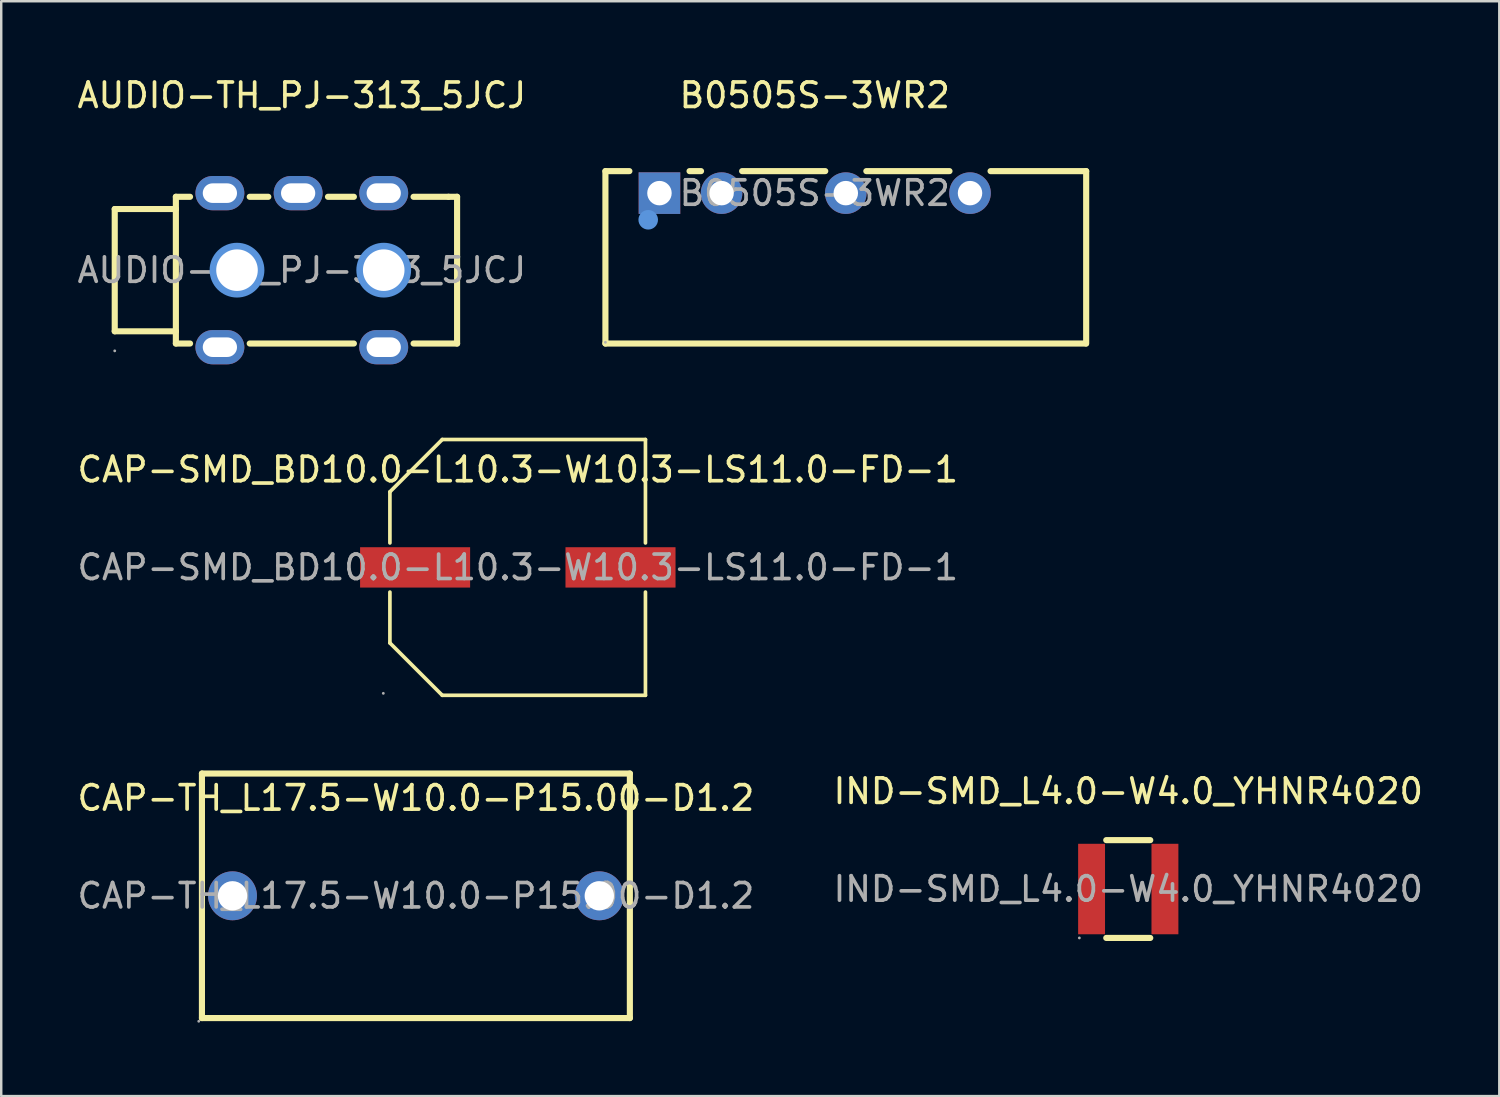
<source format=kicad_pcb>
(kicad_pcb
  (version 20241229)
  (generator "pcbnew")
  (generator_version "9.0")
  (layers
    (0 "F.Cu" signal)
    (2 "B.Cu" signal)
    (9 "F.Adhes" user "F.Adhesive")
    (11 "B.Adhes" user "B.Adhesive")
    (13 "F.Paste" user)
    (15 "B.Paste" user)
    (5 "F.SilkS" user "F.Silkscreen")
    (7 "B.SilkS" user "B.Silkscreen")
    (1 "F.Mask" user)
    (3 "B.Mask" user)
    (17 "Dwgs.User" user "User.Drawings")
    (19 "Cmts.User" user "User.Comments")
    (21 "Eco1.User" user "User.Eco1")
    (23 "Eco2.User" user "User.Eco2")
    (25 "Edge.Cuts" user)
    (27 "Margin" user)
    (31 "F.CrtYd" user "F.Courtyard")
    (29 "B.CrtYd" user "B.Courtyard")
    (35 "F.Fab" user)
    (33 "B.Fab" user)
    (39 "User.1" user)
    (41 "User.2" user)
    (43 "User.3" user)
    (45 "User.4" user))
  (footprint "CAP-SMD_BD10.0-L10.3-W10.3-LS11.0-FD-1"
    (layer "F.Cu")
    (at 18.125 20.153)
    (property "Reference" "CAP-SMD_BD10.0-L10.3-W10.3-LS11.0-FD-1" (at 0 -4 0) (layer "F.SilkS") (effects (font (size 1 1) (thickness 0.15))))
    (attr smd)
    (fp_line (start -5.23 -3.09) (end -5.23 -1) (stroke (width 0.15) (type solid)) (layer "F.SilkS"))
    (fp_line (start -5.23 1.01) (end -5.23 3.09) (stroke (width 0.15) (type solid)) (layer "F.SilkS"))
    (fp_line (start -3.09 -5.23) (end -5.23 -3.09) (stroke (width 0.15) (type solid)) (layer "F.SilkS"))
    (fp_line (start -3.09 5.23) (end -5.23 3.09) (stroke (width 0.15) (type solid)) (layer "F.SilkS"))
    (fp_line (start 5.22 -5.23) (end -3.09 -5.23) (stroke (width 0.15) (type solid)) (layer "F.SilkS"))
    (fp_line (start 5.22 -5.23) (end 5.22 -1) (stroke (width 0.15) (type solid)) (layer "F.SilkS"))
    (fp_line (start 5.22 1.01) (end 5.22 5.23) (stroke (width 0.15) (type solid)) (layer "F.SilkS"))
    (fp_line (start 5.22 5.23) (end -3.09 5.23) (stroke (width 0.15) (type solid)) (layer "F.SilkS"))
    (fp_circle (center -5.5 5.15) (end -5.47 5.15) (stroke (width 0.06) (type solid)) (fill no) (layer "F.Fab"))
    (fp_text user "${REFERENCE}" (at 0 0 0) (layer "F.Fab") (effects (font (size 1 1) (thickness 0.15))))
    (pad "1" smd rect (at -4.2 0) (size 4.5 1.65) (layers "F.Cu" "F.Mask" "F.Paste"))
    (pad "2" smd rect (at 4.2 0) (size 4.5 1.65) (layers "F.Cu" "F.Mask" "F.Paste")))
  (footprint "IND-SMD_L4.0-W4.0_YHNR4020"
    (layer "F.Cu")
    (at 43.089 33.306)
    (property "Reference" "IND-SMD_L4.0-W4.0_YHNR4020" (at 0 -4 0) (layer "F.SilkS") (effects (font (size 1 1) (thickness 0.15))))
    (attr smd)
    (fp_line (start -0.9 -2) (end 0.9 -2) (stroke (width 0.25) (type solid)) (layer "F.SilkS"))
    (fp_line (start -0.9 2) (end 0.9 2) (stroke (width 0.25) (type solid)) (layer "F.SilkS"))
    (fp_circle (center -2 2) (end -1.97 2) (stroke (width 0.06) (type solid)) (fill no) (layer "F.Fab"))
    (fp_text user "${REFERENCE}" (at 0 0 0) (layer "F.Fab") (effects (font (size 1 1) (thickness 0.15))))
    (pad "1" smd rect (at -1.5 0 90) (size 3.7 1.1) (layers "F.Cu" "F.Mask" "F.Paste"))
    (pad "2" smd rect (at 1.5 0 90) (size 3.7 1.1) (layers "F.Cu" "F.Mask" "F.Paste")))
  (footprint "B0505S-3WR2"
    (layer "F.Cu")
    (at 30.268 4.848)
    (property "Reference" "B0505S-3WR2" (at 0 -4 0) (layer "F.SilkS") (effects (font (size 1 1) (thickness 0.15))))
    (attr through_hole)
    (fp_line (start -8.56 -0.9) (end -8.56 6.15) (stroke (width 0.25) (type solid)) (layer "F.SilkS"))
    (fp_line (start -8.56 -0.9) (end -7.58 -0.9) (stroke (width 0.25) (type solid)) (layer "F.SilkS"))
    (fp_line (start -5.12 -0.9) (end -4.65 -0.9) (stroke (width 0.25) (type solid)) (layer "F.SilkS"))
    (fp_line (start -2.97 -0.9) (end 0.43 -0.9) (stroke (width 0.25) (type solid)) (layer "F.SilkS"))
    (fp_line (start 2.11 -0.9) (end 5.51 -0.9) (stroke (width 0.25) (type solid)) (layer "F.SilkS"))
    (fp_line (start 7.19 -0.9) (end 11.1 -0.9) (stroke (width 0.25) (type solid)) (layer "F.SilkS"))
    (fp_line (start 11.09 6.15) (end -8.56 6.15) (stroke (width 0.25) (type solid)) (layer "F.SilkS"))
    (fp_line (start 11.1 6.15) (end 11.1 -0.9) (stroke (width 0.25) (type solid)) (layer "F.SilkS"))
    (fp_circle (center -6.81 1.09) (end -6.61 1.09) (stroke (width 0.4) (type solid)) (fill no) (layer "Cmts.User"))
    (fp_circle (center -8.56 6.1) (end -8.53 6.1) (stroke (width 0.06) (type solid)) (fill no) (layer "F.Fab"))
    (fp_text user "${REFERENCE}" (at 0 0 0) (layer "F.Fab") (effects (font (size 1 1) (thickness 0.15))))
    (pad "1" thru_hole rect (at -6.35 0) (size 1.7 1.7) (drill 1) (layers "*.Cu" "*.Mask"))
    (pad "2" thru_hole circle (at -3.81 0) (size 1.7 1.7) (drill 1) (layers "*.Cu" "*.Mask"))
    (pad "4" thru_hole circle (at 1.27 0) (size 1.7 1.7) (drill 1) (layers "*.Cu" "*.Mask"))
    (pad "6" thru_hole circle (at 6.35 0) (size 1.7 1.7) (drill 1) (layers "*.Cu" "*.Mask")))
  (footprint "AUDIO-TH_PJ-313_5JCJ"
    (layer "F.Cu")
    (at 9.292 7.998)
    (property "Reference" "AUDIO-TH_PJ-313_5JCJ" (at 0 -7.15 0) (layer "F.SilkS") (effects (font (size 1 1) (thickness 0.15))))
    (attr through_hole)
    (fp_line (start -7.65 -2.5) (end -7.65 2.5) (stroke (width 0.25) (type solid)) (layer "F.SilkS"))
    (fp_line (start -7.65 -2.5) (end -5.15 -2.5) (stroke (width 0.25) (type solid)) (layer "F.SilkS"))
    (fp_line (start -7.65 2.5) (end -5.15 2.5) (stroke (width 0.25) (type solid)) (layer "F.SilkS"))
    (fp_line (start -5.15 -3) (end -4.57 -3) (stroke (width 0.25) (type solid)) (layer "F.SilkS"))
    (fp_line (start -5.15 -2.5) (end -5.15 -2.49) (stroke (width 0.25) (type solid)) (layer "F.SilkS"))
    (fp_line (start -5.15 2.5) (end -5.15 -3) (stroke (width 0.25) (type solid)) (layer "F.SilkS"))
    (fp_line (start -5.15 3) (end -5.15 2.5) (stroke (width 0.25) (type solid)) (layer "F.SilkS"))
    (fp_line (start -4.57 3) (end -5.15 3) (stroke (width 0.25) (type solid)) (layer "F.SilkS"))
    (fp_line (start -2.13 -3) (end -1.37 -3) (stroke (width 0.25) (type solid)) (layer "F.SilkS"))
    (fp_line (start 1.07 -3) (end 2.13 -3) (stroke (width 0.25) (type solid)) (layer "F.SilkS"))
    (fp_line (start 2.13 3) (end -2.13 3) (stroke (width 0.25) (type solid)) (layer "F.SilkS"))
    (fp_line (start 4.57 -3) (end 6 -3) (stroke (width 0.25) (type solid)) (layer "F.SilkS"))
    (fp_line (start 6 -3) (end 6.35 -3) (stroke (width 0.25) (type solid)) (layer "F.SilkS"))
    (fp_line (start 6.35 -3) (end 6.35 3) (stroke (width 0.25) (type solid)) (layer "F.SilkS"))
    (fp_line (start 6.35 3) (end 4.57 3) (stroke (width 0.25) (type solid)) (layer "F.SilkS"))
    (fp_circle (center -2.65 0) (end -2.28 0) (stroke (width 0.75) (type solid)) (fill no) (layer "Cmts.User"))
    (fp_circle (center 3.35 0) (end 3.72 0) (stroke (width 0.75) (type solid)) (fill no) (layer "Cmts.User"))
    (fp_circle (center -7.65 3.3) (end -7.62 3.3) (stroke (width 0.06) (type solid)) (fill no) (layer "F.Fab"))
    (fp_text user "${REFERENCE}" (at 0 0 0) (layer "F.Fab") (effects (font (size 1 1) (thickness 0.15))))
    (pad "" thru_hole circle (at -2.65 0) (size 1.7 1.7) (drill 1.7) (layers "*.Cu" "*.Mask"))
    (pad "" thru_hole circle (at 3.35 0) (size 1.7 1.7) (drill 1.7) (layers "*.Cu" "*.Mask"))
    (pad "1" thru_hole oval (at -3.35 -3.15 90) (size 1.4 2) (drill oval 0.8 1.4) (layers "*.Cu" "*.Mask"))
    (pad "1" thru_hole oval (at -3.35 3.15 90) (size 1.4 2) (drill oval 0.8 1.4) (layers "*.Cu" "*.Mask"))
    (pad "2" thru_hole oval (at 3.35 -3.15 90) (size 1.4 2) (drill oval 0.8 1.4) (layers "*.Cu" "*.Mask"))
    (pad "2" thru_hole oval (at 3.35 3.15 90) (size 1.4 2) (drill oval 0.8 1.4) (layers "*.Cu" "*.Mask"))
    (pad "3" thru_hole oval (at -0.15 -3.15 90) (size 1.4 2) (drill oval 0.8 1.4) (layers "*.Cu" "*.Mask")))
  (footprint "CAP-TH_L17.5-W10.0-P15.00-D1.2"
    (layer "F.Cu")
    (at 13.958 33.583)
    (property "Reference" "CAP-TH_L17.5-W10.0-P15.00-D1.2" (at 0 -4 0) (layer "F.SilkS") (effects (font (size 1 1) (thickness 0.15))))
    (attr through_hole)
    (fp_line (start -8.75 -5) (end 8.75 -5) (stroke (width 0.25) (type solid)) (layer "F.SilkS"))
    (fp_line (start -8.75 5) (end -8.75 -5) (stroke (width 0.25) (type solid)) (layer "F.SilkS"))
    (fp_line (start 8.75 -5) (end 8.75 5) (stroke (width 0.25) (type solid)) (layer "F.SilkS"))
    (fp_line (start 8.75 5) (end -8.75 5) (stroke (width 0.25) (type solid)) (layer "F.SilkS"))
    (fp_circle (center -8.88 5.13) (end -8.85 5.13) (stroke (width 0.06) (type solid)) (fill no) (layer "F.Fab"))
    (fp_circle (center -7.5 0) (end -7.25 0) (stroke (width 0.5) (type solid)) (fill no) (layer "F.Fab"))
    (fp_circle (center 7.5 0) (end 7.75 0) (stroke (width 0.5) (type solid)) (fill no) (layer "F.Fab"))
    (fp_text user "${REFERENCE}" (at 0 0 0) (layer "F.Fab") (effects (font (size 1 1) (thickness 0.15))))
    (pad "1" thru_hole circle (at -7.5 0) (size 2 2) (drill 1.2) (layers "*.Cu" "*.Mask"))
    (pad "2" thru_hole circle (at 7.5 0) (size 2 2) (drill 1.2) (layers "*.Cu" "*.Mask")))
  (gr_rect
    (start -3 -3)
    (end 58.262 41.773)
    (stroke (width 0.1) (type default))
    (fill no)
    (layer "Edge.Cuts")))
</source>
